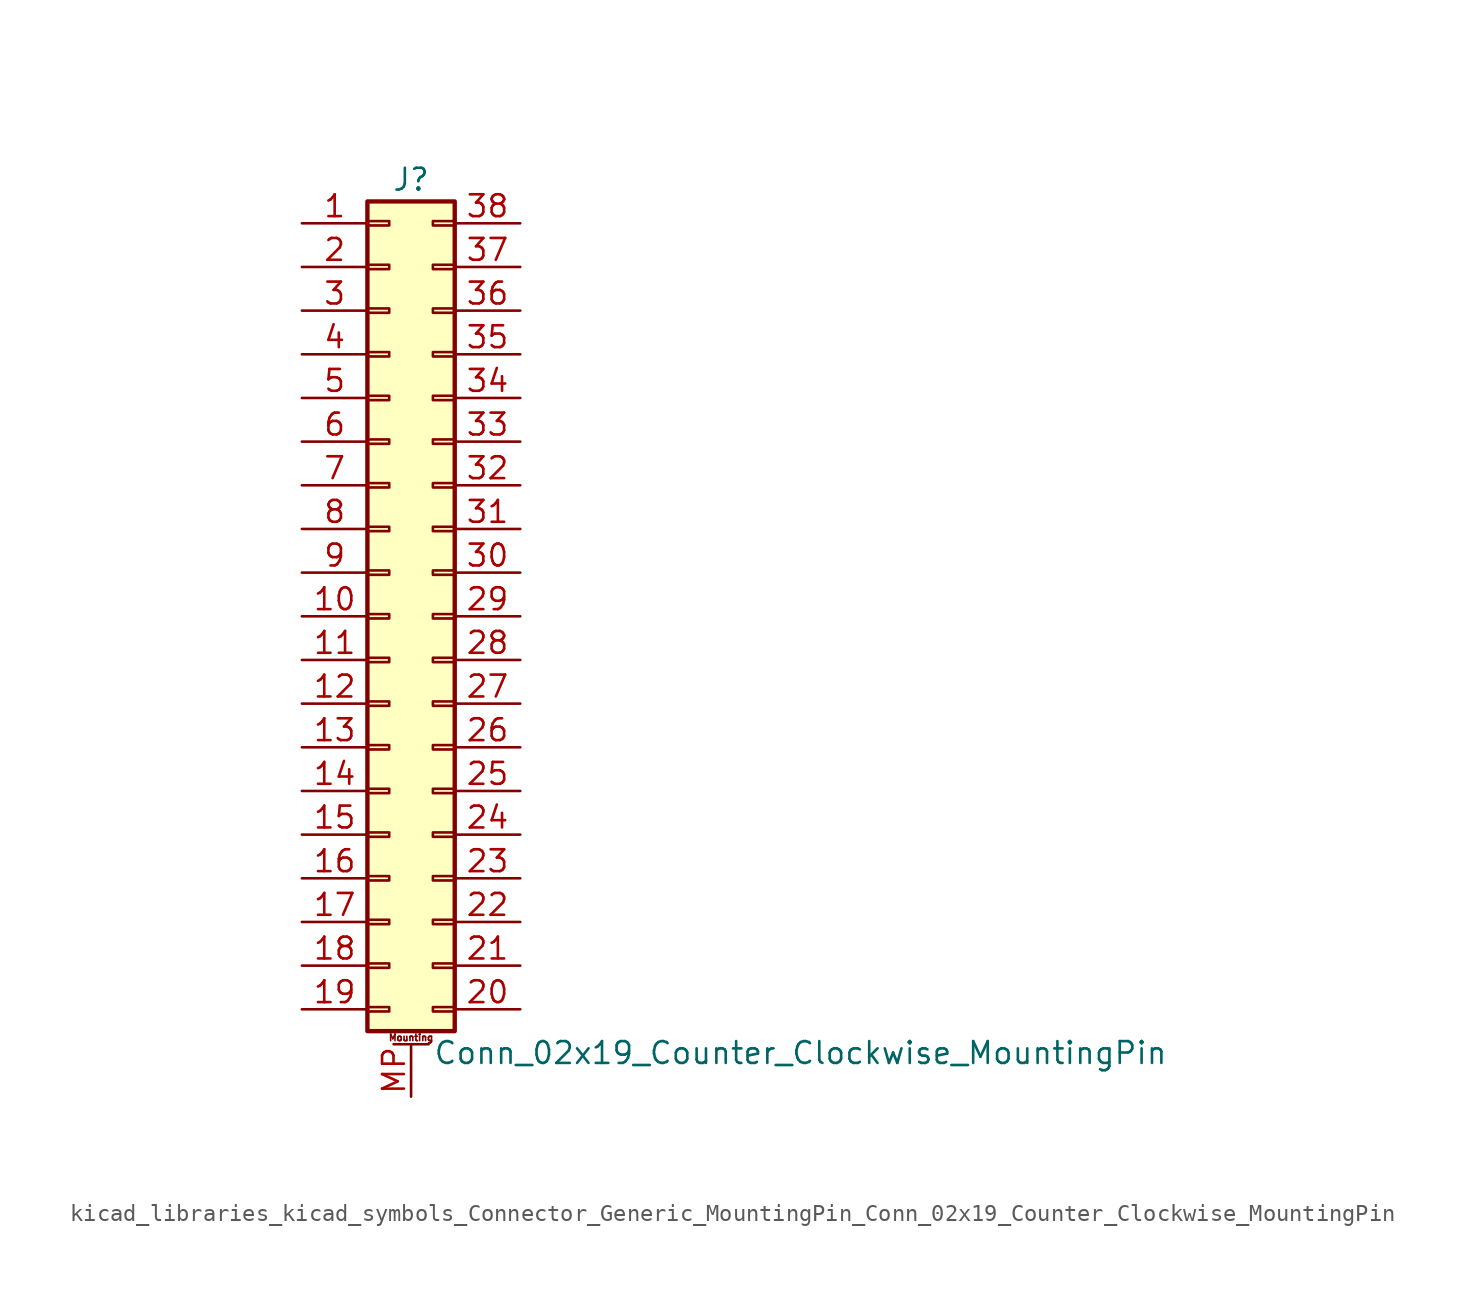
<source format=kicad_sym>
(kicad_symbol_lib
  (version 20220914)
  (generator kicad_symbol_editor)
  (symbol "kicad_libraries_kicad_symbols_Connector_Generic_MountingPin_Conn_02x19_Counter_Clockwise_MountingPin"
    (pin_names
      (offset 1.016) hide)
    (property "Reference" "J"
      (at 1.27 25.4 0)
      (effects (font (size 1.27 1.27))))
    (property "Value" "Conn_02x19_Counter_Clockwise_MountingPin"
      (at 2.54 -25.4 0)
      (effects (font (size 1.27 1.27)) (justify left)))
    (symbol "kicad_libraries_kicad_symbols_Connector_Generic_MountingPin_Conn_02x19_Counter_Clockwise_MountingPin_1_1"
      (rectangle (start -1.27 -22.733) (end 0 -22.987) (stroke (width 0.152) (type default)) (fill (type none)))
      (rectangle (start -1.27 -20.193) (end 0 -20.447) (stroke (width 0.152) (type default)) (fill (type none)))
      (rectangle (start -1.27 -17.653) (end 0 -17.907) (stroke (width 0.152) (type default)) (fill (type none)))
      (rectangle (start -1.27 -15.113) (end 0 -15.367) (stroke (width 0.152) (type default)) (fill (type none)))
      (rectangle (start -1.27 -12.573) (end 0 -12.827) (stroke (width 0.152) (type default)) (fill (type none)))
      (rectangle (start -1.27 -10.033) (end 0 -10.287) (stroke (width 0.152) (type default)) (fill (type none)))
      (rectangle (start -1.27 -7.493) (end 0 -7.747) (stroke (width 0.152) (type default)) (fill (type none)))
      (rectangle (start -1.27 -4.953) (end 0 -5.207) (stroke (width 0.152) (type default)) (fill (type none)))
      (rectangle (start -1.27 -2.413) (end 0 -2.667) (stroke (width 0.152) (type default)) (fill (type none)))
      (rectangle (start -1.27 0.127) (end 0 -0.127) (stroke (width 0.152) (type default)) (fill (type none)))
      (rectangle (start -1.27 2.667) (end 0 2.413) (stroke (width 0.152) (type default)) (fill (type none)))
      (rectangle (start -1.27 5.207) (end 0 4.953) (stroke (width 0.152) (type default)) (fill (type none)))
      (rectangle (start -1.27 7.747) (end 0 7.493) (stroke (width 0.152) (type default)) (fill (type none)))
      (rectangle (start -1.27 10.287) (end 0 10.033) (stroke (width 0.152) (type default)) (fill (type none)))
      (rectangle (start -1.27 12.827) (end 0 12.573) (stroke (width 0.152) (type default)) (fill (type none)))
      (rectangle (start -1.27 15.367) (end 0 15.113) (stroke (width 0.152) (type default)) (fill (type none)))
      (rectangle (start -1.27 17.907) (end 0 17.653) (stroke (width 0.152) (type default)) (fill (type none)))
      (rectangle (start -1.27 20.447) (end 0 20.193) (stroke (width 0.152) (type default)) (fill (type none)))
      (rectangle (start -1.27 22.987) (end 0 22.733) (stroke (width 0.152) (type default)) (fill (type none)))
      (rectangle (start -1.27 24.13) (end 3.81 -24.13) (stroke (width 0.254) (type default)) (fill (type background)))
      (polyline (pts (xy 0.254 -24.892) (xy 2.286 -24.892)) (stroke (width 0.152) (type default)) (fill (type none)))
      (rectangle (start 3.81 -22.733) (end 2.54 -22.987) (stroke (width 0.152) (type default)) (fill (type none)))
      (rectangle (start 3.81 -20.193) (end 2.54 -20.447) (stroke (width 0.152) (type default)) (fill (type none)))
      (rectangle (start 3.81 -17.653) (end 2.54 -17.907) (stroke (width 0.152) (type default)) (fill (type none)))
      (rectangle (start 3.81 -15.113) (end 2.54 -15.367) (stroke (width 0.152) (type default)) (fill (type none)))
      (rectangle (start 3.81 -12.573) (end 2.54 -12.827) (stroke (width 0.152) (type default)) (fill (type none)))
      (rectangle (start 3.81 -10.033) (end 2.54 -10.287) (stroke (width 0.152) (type default)) (fill (type none)))
      (rectangle (start 3.81 -7.493) (end 2.54 -7.747) (stroke (width 0.152) (type default)) (fill (type none)))
      (rectangle (start 3.81 -4.953) (end 2.54 -5.207) (stroke (width 0.152) (type default)) (fill (type none)))
      (rectangle (start 3.81 -2.413) (end 2.54 -2.667) (stroke (width 0.152) (type default)) (fill (type none)))
      (rectangle (start 3.81 0.127) (end 2.54 -0.127) (stroke (width 0.152) (type default)) (fill (type none)))
      (rectangle (start 3.81 2.667) (end 2.54 2.413) (stroke (width 0.152) (type default)) (fill (type none)))
      (rectangle (start 3.81 5.207) (end 2.54 4.953) (stroke (width 0.152) (type default)) (fill (type none)))
      (rectangle (start 3.81 7.747) (end 2.54 7.493) (stroke (width 0.152) (type default)) (fill (type none)))
      (rectangle (start 3.81 10.287) (end 2.54 10.033) (stroke (width 0.152) (type default)) (fill (type none)))
      (rectangle (start 3.81 12.827) (end 2.54 12.573) (stroke (width 0.152) (type default)) (fill (type none)))
      (rectangle (start 3.81 15.367) (end 2.54 15.113) (stroke (width 0.152) (type default)) (fill (type none)))
      (rectangle (start 3.81 17.907) (end 2.54 17.653) (stroke (width 0.152) (type default)) (fill (type none)))
      (rectangle (start 3.81 20.447) (end 2.54 20.193) (stroke (width 0.152) (type default)) (fill (type none)))
      (rectangle (start 3.81 22.987) (end 2.54 22.733) (stroke (width 0.152) (type default)) (fill (type none)))
      (text "Mounting" (at 1.27 -24.511 0) (effects (font (size 0.381 0.381))))
      (pin passive line (at -5.08 22.86 0) (length 3.81) (name "Pin_1" (effects (font (size 1.27 1.27)))) (number "1" (effects (font (size 1.27 1.27)))))
      (pin passive line (at -5.08 0 0) (length 3.81) (name "Pin_10" (effects (font (size 1.27 1.27)))) (number "10" (effects (font (size 1.27 1.27)))))
      (pin passive line (at -5.08 -2.54 0) (length 3.81) (name "Pin_11" (effects (font (size 1.27 1.27)))) (number "11" (effects (font (size 1.27 1.27)))))
      (pin passive line (at -5.08 -5.08 0) (length 3.81) (name "Pin_12" (effects (font (size 1.27 1.27)))) (number "12" (effects (font (size 1.27 1.27)))))
      (pin passive line (at -5.08 -7.62 0) (length 3.81) (name "Pin_13" (effects (font (size 1.27 1.27)))) (number "13" (effects (font (size 1.27 1.27)))))
      (pin passive line (at -5.08 -10.16 0) (length 3.81) (name "Pin_14" (effects (font (size 1.27 1.27)))) (number "14" (effects (font (size 1.27 1.27)))))
      (pin passive line (at -5.08 -12.7 0) (length 3.81) (name "Pin_15" (effects (font (size 1.27 1.27)))) (number "15" (effects (font (size 1.27 1.27)))))
      (pin passive line (at -5.08 -15.24 0) (length 3.81) (name "Pin_16" (effects (font (size 1.27 1.27)))) (number "16" (effects (font (size 1.27 1.27)))))
      (pin passive line (at -5.08 -17.78 0) (length 3.81) (name "Pin_17" (effects (font (size 1.27 1.27)))) (number "17" (effects (font (size 1.27 1.27)))))
      (pin passive line (at -5.08 -20.32 0) (length 3.81) (name "Pin_18" (effects (font (size 1.27 1.27)))) (number "18" (effects (font (size 1.27 1.27)))))
      (pin passive line (at -5.08 -22.86 0) (length 3.81) (name "Pin_19" (effects (font (size 1.27 1.27)))) (number "19" (effects (font (size 1.27 1.27)))))
      (pin passive line (at -5.08 20.32 0) (length 3.81) (name "Pin_2" (effects (font (size 1.27 1.27)))) (number "2" (effects (font (size 1.27 1.27)))))
      (pin passive line (at 7.62 -22.86 180) (length 3.81) (name "Pin_20" (effects (font (size 1.27 1.27)))) (number "20" (effects (font (size 1.27 1.27)))))
      (pin passive line (at 7.62 -20.32 180) (length 3.81) (name "Pin_21" (effects (font (size 1.27 1.27)))) (number "21" (effects (font (size 1.27 1.27)))))
      (pin passive line (at 7.62 -17.78 180) (length 3.81) (name "Pin_22" (effects (font (size 1.27 1.27)))) (number "22" (effects (font (size 1.27 1.27)))))
      (pin passive line (at 7.62 -15.24 180) (length 3.81) (name "Pin_23" (effects (font (size 1.27 1.27)))) (number "23" (effects (font (size 1.27 1.27)))))
      (pin passive line (at 7.62 -12.7 180) (length 3.81) (name "Pin_24" (effects (font (size 1.27 1.27)))) (number "24" (effects (font (size 1.27 1.27)))))
      (pin passive line (at 7.62 -10.16 180) (length 3.81) (name "Pin_25" (effects (font (size 1.27 1.27)))) (number "25" (effects (font (size 1.27 1.27)))))
      (pin passive line (at 7.62 -7.62 180) (length 3.81) (name "Pin_26" (effects (font (size 1.27 1.27)))) (number "26" (effects (font (size 1.27 1.27)))))
      (pin passive line (at 7.62 -5.08 180) (length 3.81) (name "Pin_27" (effects (font (size 1.27 1.27)))) (number "27" (effects (font (size 1.27 1.27)))))
      (pin passive line (at 7.62 -2.54 180) (length 3.81) (name "Pin_28" (effects (font (size 1.27 1.27)))) (number "28" (effects (font (size 1.27 1.27)))))
      (pin passive line (at 7.62 0 180) (length 3.81) (name "Pin_29" (effects (font (size 1.27 1.27)))) (number "29" (effects (font (size 1.27 1.27)))))
      (pin passive line (at -5.08 17.78 0) (length 3.81) (name "Pin_3" (effects (font (size 1.27 1.27)))) (number "3" (effects (font (size 1.27 1.27)))))
      (pin passive line (at 7.62 2.54 180) (length 3.81) (name "Pin_30" (effects (font (size 1.27 1.27)))) (number "30" (effects (font (size 1.27 1.27)))))
      (pin passive line (at 7.62 5.08 180) (length 3.81) (name "Pin_31" (effects (font (size 1.27 1.27)))) (number "31" (effects (font (size 1.27 1.27)))))
      (pin passive line (at 7.62 7.62 180) (length 3.81) (name "Pin_32" (effects (font (size 1.27 1.27)))) (number "32" (effects (font (size 1.27 1.27)))))
      (pin passive line (at 7.62 10.16 180) (length 3.81) (name "Pin_33" (effects (font (size 1.27 1.27)))) (number "33" (effects (font (size 1.27 1.27)))))
      (pin passive line (at 7.62 12.7 180) (length 3.81) (name "Pin_34" (effects (font (size 1.27 1.27)))) (number "34" (effects (font (size 1.27 1.27)))))
      (pin passive line (at 7.62 15.24 180) (length 3.81) (name "Pin_35" (effects (font (size 1.27 1.27)))) (number "35" (effects (font (size 1.27 1.27)))))
      (pin passive line (at 7.62 17.78 180) (length 3.81) (name "Pin_36" (effects (font (size 1.27 1.27)))) (number "36" (effects (font (size 1.27 1.27)))))
      (pin passive line (at 7.62 20.32 180) (length 3.81) (name "Pin_37" (effects (font (size 1.27 1.27)))) (number "37" (effects (font (size 1.27 1.27)))))
      (pin passive line (at 7.62 22.86 180) (length 3.81) (name "Pin_38" (effects (font (size 1.27 1.27)))) (number "38" (effects (font (size 1.27 1.27)))))
      (pin passive line (at -5.08 15.24 0) (length 3.81) (name "Pin_4" (effects (font (size 1.27 1.27)))) (number "4" (effects (font (size 1.27 1.27)))))
      (pin passive line (at -5.08 12.7 0) (length 3.81) (name "Pin_5" (effects (font (size 1.27 1.27)))) (number "5" (effects (font (size 1.27 1.27)))))
      (pin passive line (at -5.08 10.16 0) (length 3.81) (name "Pin_6" (effects (font (size 1.27 1.27)))) (number "6" (effects (font (size 1.27 1.27)))))
      (pin passive line (at -5.08 7.62 0) (length 3.81) (name "Pin_7" (effects (font (size 1.27 1.27)))) (number "7" (effects (font (size 1.27 1.27)))))
      (pin passive line (at -5.08 5.08 0) (length 3.81) (name "Pin_8" (effects (font (size 1.27 1.27)))) (number "8" (effects (font (size 1.27 1.27)))))
      (pin passive line (at -5.08 2.54 0) (length 3.81) (name "Pin_9" (effects (font (size 1.27 1.27)))) (number "9" (effects (font (size 1.27 1.27)))))
      (pin passive line (at 1.27 -27.94 90) (length 3.048) (name "MountPin" (effects (font (size 1.27 1.27)))) (number "MP" (effects (font (size 1.27 1.27))))))))
</source>
